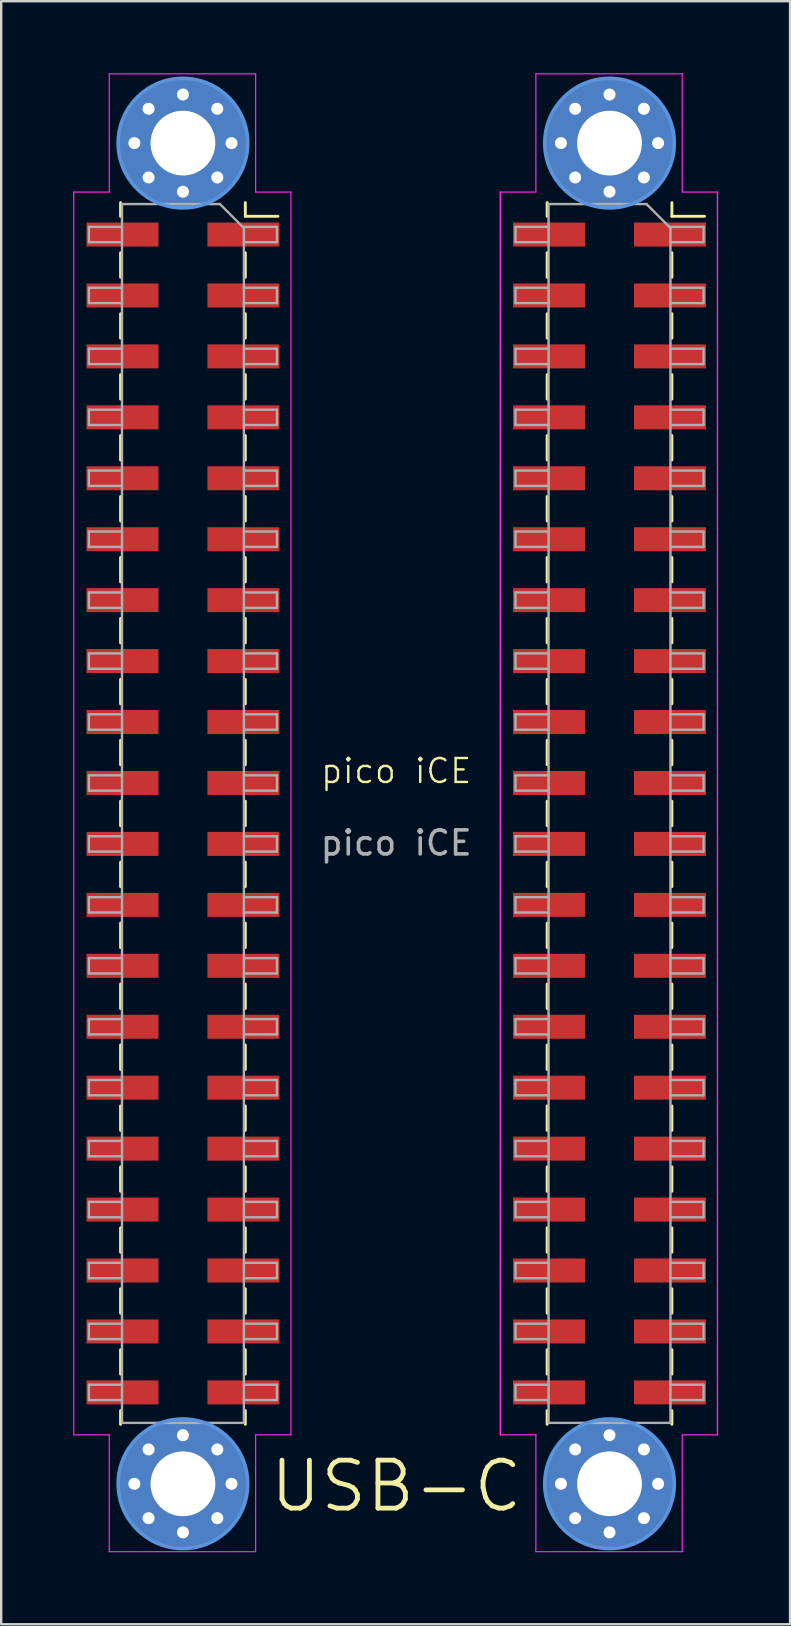
<source format=kicad_pcb>
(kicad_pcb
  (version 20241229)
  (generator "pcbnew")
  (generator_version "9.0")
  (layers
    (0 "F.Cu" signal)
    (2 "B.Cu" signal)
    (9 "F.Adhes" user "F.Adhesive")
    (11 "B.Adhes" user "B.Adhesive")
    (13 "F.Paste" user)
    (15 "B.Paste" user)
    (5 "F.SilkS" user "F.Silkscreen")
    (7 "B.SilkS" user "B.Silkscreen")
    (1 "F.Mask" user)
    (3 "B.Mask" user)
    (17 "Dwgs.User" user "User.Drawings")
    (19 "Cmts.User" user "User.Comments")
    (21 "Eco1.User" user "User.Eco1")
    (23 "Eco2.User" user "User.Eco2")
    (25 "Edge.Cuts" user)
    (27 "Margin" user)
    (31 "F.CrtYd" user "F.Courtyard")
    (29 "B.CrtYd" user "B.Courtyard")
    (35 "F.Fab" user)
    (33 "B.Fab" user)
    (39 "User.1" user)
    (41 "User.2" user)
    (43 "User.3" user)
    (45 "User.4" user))
  (footprint "pico iCE"
    (layer "F.Cu")
    (at 13.465 29.585)
    (property "Reference" "pico iCE" (at 0 -0.5 0) (unlocked yes) (layer "F.SilkS") (effects (font (size 1 1) (thickness 0.1))))
    (attr through_hole)
    (fp_line (start -11.49 -24.19) (end -11.49 -23.62) (stroke (width 0.12) (type solid)) (layer "F.SilkS"))
    (fp_line (start -11.49 -22.1) (end -11.49 -21.08) (stroke (width 0.12) (type solid)) (layer "F.SilkS"))
    (fp_line (start -11.49 -19.56) (end -11.49 -18.54) (stroke (width 0.12) (type solid)) (layer "F.SilkS"))
    (fp_line (start -11.49 -17.02) (end -11.49 -16) (stroke (width 0.12) (type solid)) (layer "F.SilkS"))
    (fp_line (start -11.49 -14.48) (end -11.49 -13.46) (stroke (width 0.12) (type solid)) (layer "F.SilkS"))
    (fp_line (start -11.49 -11.94) (end -11.49 -10.92) (stroke (width 0.12) (type solid)) (layer "F.SilkS"))
    (fp_line (start -11.49 -9.4) (end -11.49 -8.38) (stroke (width 0.12) (type solid)) (layer "F.SilkS"))
    (fp_line (start -11.49 -6.86) (end -11.49 -5.84) (stroke (width 0.12) (type solid)) (layer "F.SilkS"))
    (fp_line (start -11.49 -4.32) (end -11.49 -3.3) (stroke (width 0.12) (type solid)) (layer "F.SilkS"))
    (fp_line (start -11.49 -1.78) (end -11.49 -0.76) (stroke (width 0.12) (type solid)) (layer "F.SilkS"))
    (fp_line (start -11.49 0.76) (end -11.49 1.78) (stroke (width 0.12) (type solid)) (layer "F.SilkS"))
    (fp_line (start -11.49 3.3) (end -11.49 4.32) (stroke (width 0.12) (type solid)) (layer "F.SilkS"))
    (fp_line (start -11.49 5.84) (end -11.49 6.86) (stroke (width 0.12) (type solid)) (layer "F.SilkS"))
    (fp_line (start -11.49 8.38) (end -11.49 9.4) (stroke (width 0.12) (type solid)) (layer "F.SilkS"))
    (fp_line (start -11.49 10.92) (end -11.49 11.94) (stroke (width 0.12) (type solid)) (layer "F.SilkS"))
    (fp_line (start -11.49 13.46) (end -11.49 14.48) (stroke (width 0.12) (type solid)) (layer "F.SilkS"))
    (fp_line (start -11.49 16) (end -11.49 17.02) (stroke (width 0.12) (type solid)) (layer "F.SilkS"))
    (fp_line (start -11.49 18.54) (end -11.49 19.56) (stroke (width 0.12) (type solid)) (layer "F.SilkS"))
    (fp_line (start -11.49 21.08) (end -11.49 22.1) (stroke (width 0.12) (type solid)) (layer "F.SilkS"))
    (fp_line (start -11.49 23.62) (end -11.49 24.64) (stroke (width 0.12) (type solid)) (layer "F.SilkS"))
    (fp_line (start -11.49 26.16) (end -11.49 26.73) (stroke (width 0.12) (type solid)) (layer "F.SilkS"))
    (fp_line (start -6.29 -24.19) (end -6.29 -23.62) (stroke (width 0.12) (type solid)) (layer "F.SilkS"))
    (fp_line (start -6.29 -23.62) (end -4.93 -23.62) (stroke (width 0.12) (type solid)) (layer "F.SilkS"))
    (fp_line (start -6.29 -22.1) (end -6.29 -21.08) (stroke (width 0.12) (type solid)) (layer "F.SilkS"))
    (fp_line (start -6.29 -19.56) (end -6.29 -18.54) (stroke (width 0.12) (type solid)) (layer "F.SilkS"))
    (fp_line (start -6.29 -17.02) (end -6.29 -16) (stroke (width 0.12) (type solid)) (layer "F.SilkS"))
    (fp_line (start -6.29 -14.48) (end -6.29 -13.46) (stroke (width 0.12) (type solid)) (layer "F.SilkS"))
    (fp_line (start -6.29 -11.94) (end -6.29 -10.92) (stroke (width 0.12) (type solid)) (layer "F.SilkS"))
    (fp_line (start -6.29 -9.4) (end -6.29 -8.38) (stroke (width 0.12) (type solid)) (layer "F.SilkS"))
    (fp_line (start -6.29 -6.86) (end -6.29 -5.84) (stroke (width 0.12) (type solid)) (layer "F.SilkS"))
    (fp_line (start -6.29 -4.32) (end -6.29 -3.3) (stroke (width 0.12) (type solid)) (layer "F.SilkS"))
    (fp_line (start -6.29 -1.78) (end -6.29 -0.76) (stroke (width 0.12) (type solid)) (layer "F.SilkS"))
    (fp_line (start -6.29 0.76) (end -6.29 1.78) (stroke (width 0.12) (type solid)) (layer "F.SilkS"))
    (fp_line (start -6.29 3.3) (end -6.29 4.32) (stroke (width 0.12) (type solid)) (layer "F.SilkS"))
    (fp_line (start -6.29 5.84) (end -6.29 6.86) (stroke (width 0.12) (type solid)) (layer "F.SilkS"))
    (fp_line (start -6.29 8.38) (end -6.29 9.4) (stroke (width 0.12) (type solid)) (layer "F.SilkS"))
    (fp_line (start -6.29 10.92) (end -6.29 11.94) (stroke (width 0.12) (type solid)) (layer "F.SilkS"))
    (fp_line (start -6.29 13.46) (end -6.29 14.48) (stroke (width 0.12) (type solid)) (layer "F.SilkS"))
    (fp_line (start -6.29 16) (end -6.29 17.02) (stroke (width 0.12) (type solid)) (layer "F.SilkS"))
    (fp_line (start -6.29 18.54) (end -6.29 19.56) (stroke (width 0.12) (type solid)) (layer "F.SilkS"))
    (fp_line (start -6.29 21.08) (end -6.29 22.1) (stroke (width 0.12) (type solid)) (layer "F.SilkS"))
    (fp_line (start -6.29 23.62) (end -6.29 24.64) (stroke (width 0.12) (type solid)) (layer "F.SilkS"))
    (fp_line (start -6.29 26.16) (end -6.29 26.73) (stroke (width 0.12) (type solid)) (layer "F.SilkS"))
    (fp_line (start 6.29 -24.19) (end 6.29 -23.62) (stroke (width 0.12) (type solid)) (layer "F.SilkS"))
    (fp_line (start 6.29 -22.1) (end 6.29 -21.08) (stroke (width 0.12) (type solid)) (layer "F.SilkS"))
    (fp_line (start 6.29 -19.56) (end 6.29 -18.54) (stroke (width 0.12) (type solid)) (layer "F.SilkS"))
    (fp_line (start 6.29 -17.02) (end 6.29 -16) (stroke (width 0.12) (type solid)) (layer "F.SilkS"))
    (fp_line (start 6.29 -14.48) (end 6.29 -13.46) (stroke (width 0.12) (type solid)) (layer "F.SilkS"))
    (fp_line (start 6.29 -11.94) (end 6.29 -10.92) (stroke (width 0.12) (type solid)) (layer "F.SilkS"))
    (fp_line (start 6.29 -9.4) (end 6.29 -8.38) (stroke (width 0.12) (type solid)) (layer "F.SilkS"))
    (fp_line (start 6.29 -6.86) (end 6.29 -5.84) (stroke (width 0.12) (type solid)) (layer "F.SilkS"))
    (fp_line (start 6.29 -4.32) (end 6.29 -3.3) (stroke (width 0.12) (type solid)) (layer "F.SilkS"))
    (fp_line (start 6.29 -1.78) (end 6.29 -0.76) (stroke (width 0.12) (type solid)) (layer "F.SilkS"))
    (fp_line (start 6.29 0.76) (end 6.29 1.78) (stroke (width 0.12) (type solid)) (layer "F.SilkS"))
    (fp_line (start 6.29 3.3) (end 6.29 4.32) (stroke (width 0.12) (type solid)) (layer "F.SilkS"))
    (fp_line (start 6.29 5.84) (end 6.29 6.86) (stroke (width 0.12) (type solid)) (layer "F.SilkS"))
    (fp_line (start 6.29 8.38) (end 6.29 9.4) (stroke (width 0.12) (type solid)) (layer "F.SilkS"))
    (fp_line (start 6.29 10.92) (end 6.29 11.94) (stroke (width 0.12) (type solid)) (layer "F.SilkS"))
    (fp_line (start 6.29 13.46) (end 6.29 14.48) (stroke (width 0.12) (type solid)) (layer "F.SilkS"))
    (fp_line (start 6.29 16) (end 6.29 17.02) (stroke (width 0.12) (type solid)) (layer "F.SilkS"))
    (fp_line (start 6.29 18.54) (end 6.29 19.56) (stroke (width 0.12) (type solid)) (layer "F.SilkS"))
    (fp_line (start 6.29 21.08) (end 6.29 22.1) (stroke (width 0.12) (type solid)) (layer "F.SilkS"))
    (fp_line (start 6.29 23.62) (end 6.29 24.64) (stroke (width 0.12) (type solid)) (layer "F.SilkS"))
    (fp_line (start 6.29 26.16) (end 6.29 26.73) (stroke (width 0.12) (type solid)) (layer "F.SilkS"))
    (fp_line (start 11.49 -24.19) (end 11.49 -23.62) (stroke (width 0.12) (type solid)) (layer "F.SilkS"))
    (fp_line (start 11.49 -23.62) (end 12.85 -23.62) (stroke (width 0.12) (type solid)) (layer "F.SilkS"))
    (fp_line (start 11.49 -22.1) (end 11.49 -21.08) (stroke (width 0.12) (type solid)) (layer "F.SilkS"))
    (fp_line (start 11.49 -19.56) (end 11.49 -18.54) (stroke (width 0.12) (type solid)) (layer "F.SilkS"))
    (fp_line (start 11.49 -17.02) (end 11.49 -16) (stroke (width 0.12) (type solid)) (layer "F.SilkS"))
    (fp_line (start 11.49 -14.48) (end 11.49 -13.46) (stroke (width 0.12) (type solid)) (layer "F.SilkS"))
    (fp_line (start 11.49 -11.94) (end 11.49 -10.92) (stroke (width 0.12) (type solid)) (layer "F.SilkS"))
    (fp_line (start 11.49 -9.4) (end 11.49 -8.38) (stroke (width 0.12) (type solid)) (layer "F.SilkS"))
    (fp_line (start 11.49 -6.86) (end 11.49 -5.84) (stroke (width 0.12) (type solid)) (layer "F.SilkS"))
    (fp_line (start 11.49 -4.32) (end 11.49 -3.3) (stroke (width 0.12) (type solid)) (layer "F.SilkS"))
    (fp_line (start 11.49 -1.78) (end 11.49 -0.76) (stroke (width 0.12) (type solid)) (layer "F.SilkS"))
    (fp_line (start 11.49 0.76) (end 11.49 1.78) (stroke (width 0.12) (type solid)) (layer "F.SilkS"))
    (fp_line (start 11.49 3.3) (end 11.49 4.32) (stroke (width 0.12) (type solid)) (layer "F.SilkS"))
    (fp_line (start 11.49 5.84) (end 11.49 6.86) (stroke (width 0.12) (type solid)) (layer "F.SilkS"))
    (fp_line (start 11.49 8.38) (end 11.49 9.4) (stroke (width 0.12) (type solid)) (layer "F.SilkS"))
    (fp_line (start 11.49 10.92) (end 11.49 11.94) (stroke (width 0.12) (type solid)) (layer "F.SilkS"))
    (fp_line (start 11.49 13.46) (end 11.49 14.48) (stroke (width 0.12) (type solid)) (layer "F.SilkS"))
    (fp_line (start 11.49 16) (end 11.49 17.02) (stroke (width 0.12) (type solid)) (layer "F.SilkS"))
    (fp_line (start 11.49 18.54) (end 11.49 19.56) (stroke (width 0.12) (type solid)) (layer "F.SilkS"))
    (fp_line (start 11.49 21.08) (end 11.49 22.1) (stroke (width 0.12) (type solid)) (layer "F.SilkS"))
    (fp_line (start 11.49 23.62) (end 11.49 24.64) (stroke (width 0.12) (type solid)) (layer "F.SilkS"))
    (fp_line (start 11.49 26.16) (end 11.49 26.73) (stroke (width 0.12) (type solid)) (layer "F.SilkS"))
    (fp_circle (center -8.89 -26.67) (end -6.19 -26.67) (stroke (width 0.15) (type solid)) (fill no) (layer "Cmts.User"))
    (fp_circle (center -8.89 29.21) (end -6.19 29.21) (stroke (width 0.15) (type solid)) (fill no) (layer "Cmts.User"))
    (fp_circle (center 8.89 -26.67) (end 11.59 -26.67) (stroke (width 0.15) (type solid)) (fill no) (layer "Cmts.User"))
    (fp_circle (center 8.89 29.21) (end 11.59 29.21) (stroke (width 0.15) (type solid)) (fill no) (layer "Cmts.User"))
    (fp_line (start -13.44 -24.63) (end -11.96 -24.63) (stroke (width 0.05) (type solid)) (layer "F.CrtYd"))
    (fp_line (start -13.44 27.17) (end -13.44 -24.63) (stroke (width 0.05) (type solid)) (layer "F.CrtYd"))
    (fp_line (start -13.44 27.17) (end -11.96 27.17) (stroke (width 0.05) (type default)) (layer "F.CrtYd"))
    (fp_line (start -11.96 -29.56) (end -5.86 -29.56) (stroke (width 0.05) (type default)) (layer "F.CrtYd"))
    (fp_line (start -11.96 -24.63) (end -11.96 -29.56) (stroke (width 0.05) (type default)) (layer "F.CrtYd"))
    (fp_line (start -11.96 27.17) (end -11.96 32.04) (stroke (width 0.05) (type default)) (layer "F.CrtYd"))
    (fp_line (start -11.96 32.04) (end -5.86 32.04) (stroke (width 0.05) (type default)) (layer "F.CrtYd"))
    (fp_line (start -5.86 -24.63) (end -5.86 -29.56) (stroke (width 0.05) (type default)) (layer "F.CrtYd"))
    (fp_line (start -5.86 32.04) (end -5.86 27.17) (stroke (width 0.05) (type default)) (layer "F.CrtYd"))
    (fp_line (start -4.39 -24.63) (end -5.86 -24.63) (stroke (width 0.05) (type default)) (layer "F.CrtYd"))
    (fp_line (start -4.39 -24.63) (end -4.39 27.17) (stroke (width 0.05) (type solid)) (layer "F.CrtYd"))
    (fp_line (start -4.39 27.17) (end -5.86 27.17) (stroke (width 0.05) (type default)) (layer "F.CrtYd"))
    (fp_line (start 4.34 -24.63) (end 5.82 -24.63) (stroke (width 0.05) (type solid)) (layer "F.CrtYd"))
    (fp_line (start 4.34 27.17) (end 4.34 -24.63) (stroke (width 0.05) (type solid)) (layer "F.CrtYd"))
    (fp_line (start 4.34 27.17) (end 4.34 -24.63) (stroke (width 0.05) (type solid)) (layer "F.CrtYd"))
    (fp_line (start 4.34 27.17) (end 5.82 27.17) (stroke (width 0.05) (type default)) (layer "F.CrtYd"))
    (fp_line (start 5.82 -29.56) (end 11.92 -29.56) (stroke (width 0.05) (type default)) (layer "F.CrtYd"))
    (fp_line (start 5.82 -24.63) (end 5.82 -29.56) (stroke (width 0.05) (type default)) (layer "F.CrtYd"))
    (fp_line (start 5.82 27.17) (end 5.82 32.04) (stroke (width 0.05) (type default)) (layer "F.CrtYd"))
    (fp_line (start 5.82 32.04) (end 11.92 32.04) (stroke (width 0.05) (type default)) (layer "F.CrtYd"))
    (fp_line (start 11.92 -24.63) (end 11.92 -29.56) (stroke (width 0.05) (type default)) (layer "F.CrtYd"))
    (fp_line (start 11.92 32.04) (end 11.92 27.17) (stroke (width 0.05) (type default)) (layer "F.CrtYd"))
    (fp_line (start 13.39 -24.63) (end 11.92 -24.63) (stroke (width 0.05) (type default)) (layer "F.CrtYd"))
    (fp_line (start 13.39 -24.63) (end 13.39 27.17) (stroke (width 0.05) (type solid)) (layer "F.CrtYd"))
    (fp_line (start 13.39 -24.63) (end 13.39 27.17) (stroke (width 0.05) (type solid)) (layer "F.CrtYd"))
    (fp_line (start 13.39 27.17) (end 11.92 27.17) (stroke (width 0.05) (type default)) (layer "F.CrtYd"))
    (fp_line (start -12.81 -23.18) (end -11.43 -23.18) (stroke (width 0.1) (type solid)) (layer "F.Fab"))
    (fp_line (start -12.81 -22.54) (end -12.81 -23.18) (stroke (width 0.1) (type solid)) (layer "F.Fab"))
    (fp_line (start -12.81 -20.64) (end -11.43 -20.64) (stroke (width 0.1) (type solid)) (layer "F.Fab"))
    (fp_line (start -12.81 -20) (end -12.81 -20.64) (stroke (width 0.1) (type solid)) (layer "F.Fab"))
    (fp_line (start -12.81 -18.1) (end -11.43 -18.1) (stroke (width 0.1) (type solid)) (layer "F.Fab"))
    (fp_line (start -12.81 -17.46) (end -12.81 -18.1) (stroke (width 0.1) (type solid)) (layer "F.Fab"))
    (fp_line (start -12.81 -15.56) (end -11.43 -15.56) (stroke (width 0.1) (type solid)) (layer "F.Fab"))
    (fp_line (start -12.81 -14.92) (end -12.81 -15.56) (stroke (width 0.1) (type solid)) (layer "F.Fab"))
    (fp_line (start -12.81 -13.02) (end -11.43 -13.02) (stroke (width 0.1) (type solid)) (layer "F.Fab"))
    (fp_line (start -12.81 -12.38) (end -12.81 -13.02) (stroke (width 0.1) (type solid)) (layer "F.Fab"))
    (fp_line (start -12.81 -10.48) (end -11.43 -10.48) (stroke (width 0.1) (type solid)) (layer "F.Fab"))
    (fp_line (start -12.81 -9.84) (end -12.81 -10.48) (stroke (width 0.1) (type solid)) (layer "F.Fab"))
    (fp_line (start -12.81 -7.94) (end -11.43 -7.94) (stroke (width 0.1) (type solid)) (layer "F.Fab"))
    (fp_line (start -12.81 -7.3) (end -12.81 -7.94) (stroke (width 0.1) (type solid)) (layer "F.Fab"))
    (fp_line (start -12.81 -5.4) (end -11.43 -5.4) (stroke (width 0.1) (type solid)) (layer "F.Fab"))
    (fp_line (start -12.81 -4.76) (end -12.81 -5.4) (stroke (width 0.1) (type solid)) (layer "F.Fab"))
    (fp_line (start -12.81 -2.86) (end -11.43 -2.86) (stroke (width 0.1) (type solid)) (layer "F.Fab"))
    (fp_line (start -12.81 -2.22) (end -12.81 -2.86) (stroke (width 0.1) (type solid)) (layer "F.Fab"))
    (fp_line (start -12.81 -0.32) (end -11.43 -0.32) (stroke (width 0.1) (type solid)) (layer "F.Fab"))
    (fp_line (start -12.81 0.32) (end -12.81 -0.32) (stroke (width 0.1) (type solid)) (layer "F.Fab"))
    (fp_line (start -12.81 2.22) (end -11.43 2.22) (stroke (width 0.1) (type solid)) (layer "F.Fab"))
    (fp_line (start -12.81 2.86) (end -12.81 2.22) (stroke (width 0.1) (type solid)) (layer "F.Fab"))
    (fp_line (start -12.81 4.76) (end -11.43 4.76) (stroke (width 0.1) (type solid)) (layer "F.Fab"))
    (fp_line (start -12.81 5.4) (end -12.81 4.76) (stroke (width 0.1) (type solid)) (layer "F.Fab"))
    (fp_line (start -12.81 7.3) (end -11.43 7.3) (stroke (width 0.1) (type solid)) (layer "F.Fab"))
    (fp_line (start -12.81 7.94) (end -12.81 7.3) (stroke (width 0.1) (type solid)) (layer "F.Fab"))
    (fp_line (start -12.81 9.84) (end -11.43 9.84) (stroke (width 0.1) (type solid)) (layer "F.Fab"))
    (fp_line (start -12.81 10.48) (end -12.81 9.84) (stroke (width 0.1) (type solid)) (layer "F.Fab"))
    (fp_line (start -12.81 12.38) (end -11.43 12.38) (stroke (width 0.1) (type solid)) (layer "F.Fab"))
    (fp_line (start -12.81 13.02) (end -12.81 12.38) (stroke (width 0.1) (type solid)) (layer "F.Fab"))
    (fp_line (start -12.81 14.92) (end -11.43 14.92) (stroke (width 0.1) (type solid)) (layer "F.Fab"))
    (fp_line (start -12.81 15.56) (end -12.81 14.92) (stroke (width 0.1) (type solid)) (layer "F.Fab"))
    (fp_line (start -12.81 17.46) (end -11.43 17.46) (stroke (width 0.1) (type solid)) (layer "F.Fab"))
    (fp_line (start -12.81 18.1) (end -12.81 17.46) (stroke (width 0.1) (type solid)) (layer "F.Fab"))
    (fp_line (start -12.81 20) (end -11.43 20) (stroke (width 0.1) (type solid)) (layer "F.Fab"))
    (fp_line (start -12.81 20.64) (end -12.81 20) (stroke (width 0.1) (type solid)) (layer "F.Fab"))
    (fp_line (start -12.81 22.54) (end -11.43 22.54) (stroke (width 0.1) (type solid)) (layer "F.Fab"))
    (fp_line (start -12.81 23.18) (end -12.81 22.54) (stroke (width 0.1) (type solid)) (layer "F.Fab"))
    (fp_line (start -12.81 25.08) (end -11.43 25.08) (stroke (width 0.1) (type solid)) (layer "F.Fab"))
    (fp_line (start -12.81 25.72) (end -12.81 25.08) (stroke (width 0.1) (type solid)) (layer "F.Fab"))
    (fp_line (start -11.43 -24.13) (end -7.35 -24.13) (stroke (width 0.1) (type solid)) (layer "F.Fab"))
    (fp_line (start -11.43 -22.54) (end -12.81 -22.54) (stroke (width 0.1) (type solid)) (layer "F.Fab"))
    (fp_line (start -11.43 -20) (end -12.81 -20) (stroke (width 0.1) (type solid)) (layer "F.Fab"))
    (fp_line (start -11.43 -17.46) (end -12.81 -17.46) (stroke (width 0.1) (type solid)) (layer "F.Fab"))
    (fp_line (start -11.43 -14.92) (end -12.81 -14.92) (stroke (width 0.1) (type solid)) (layer "F.Fab"))
    (fp_line (start -11.43 -12.38) (end -12.81 -12.38) (stroke (width 0.1) (type solid)) (layer "F.Fab"))
    (fp_line (start -11.43 -9.84) (end -12.81 -9.84) (stroke (width 0.1) (type solid)) (layer "F.Fab"))
    (fp_line (start -11.43 -7.3) (end -12.81 -7.3) (stroke (width 0.1) (type solid)) (layer "F.Fab"))
    (fp_line (start -11.43 -4.76) (end -12.81 -4.76) (stroke (width 0.1) (type solid)) (layer "F.Fab"))
    (fp_line (start -11.43 -2.22) (end -12.81 -2.22) (stroke (width 0.1) (type solid)) (layer "F.Fab"))
    (fp_line (start -11.43 0.32) (end -12.81 0.32) (stroke (width 0.1) (type solid)) (layer "F.Fab"))
    (fp_line (start -11.43 2.86) (end -12.81 2.86) (stroke (width 0.1) (type solid)) (layer "F.Fab"))
    (fp_line (start -11.43 5.4) (end -12.81 5.4) (stroke (width 0.1) (type solid)) (layer "F.Fab"))
    (fp_line (start -11.43 7.94) (end -12.81 7.94) (stroke (width 0.1) (type solid)) (layer "F.Fab"))
    (fp_line (start -11.43 10.48) (end -12.81 10.48) (stroke (width 0.1) (type solid)) (layer "F.Fab"))
    (fp_line (start -11.43 13.02) (end -12.81 13.02) (stroke (width 0.1) (type solid)) (layer "F.Fab"))
    (fp_line (start -11.43 15.56) (end -12.81 15.56) (stroke (width 0.1) (type solid)) (layer "F.Fab"))
    (fp_line (start -11.43 18.1) (end -12.81 18.1) (stroke (width 0.1) (type solid)) (layer "F.Fab"))
    (fp_line (start -11.43 20.64) (end -12.81 20.64) (stroke (width 0.1) (type solid)) (layer "F.Fab"))
    (fp_line (start -11.43 23.18) (end -12.81 23.18) (stroke (width 0.1) (type solid)) (layer "F.Fab"))
    (fp_line (start -11.43 25.72) (end -12.81 25.72) (stroke (width 0.1) (type solid)) (layer "F.Fab"))
    (fp_line (start -11.43 26.67) (end -11.43 -24.13) (stroke (width 0.1) (type solid)) (layer "F.Fab"))
    (fp_line (start -7.35 -24.13) (end -6.35 -23.13) (stroke (width 0.1) (type solid)) (layer "F.Fab"))
    (fp_line (start -6.35 -23.18) (end -4.97 -23.18) (stroke (width 0.1) (type solid)) (layer "F.Fab"))
    (fp_line (start -6.35 -23.13) (end -6.35 26.67) (stroke (width 0.1) (type solid)) (layer "F.Fab"))
    (fp_line (start -6.35 -20.64) (end -4.97 -20.64) (stroke (width 0.1) (type solid)) (layer "F.Fab"))
    (fp_line (start -6.35 -18.1) (end -4.97 -18.1) (stroke (width 0.1) (type solid)) (layer "F.Fab"))
    (fp_line (start -6.35 -15.56) (end -4.97 -15.56) (stroke (width 0.1) (type solid)) (layer "F.Fab"))
    (fp_line (start -6.35 -13.02) (end -4.97 -13.02) (stroke (width 0.1) (type solid)) (layer "F.Fab"))
    (fp_line (start -6.35 -10.48) (end -4.97 -10.48) (stroke (width 0.1) (type solid)) (layer "F.Fab"))
    (fp_line (start -6.35 -7.94) (end -4.97 -7.94) (stroke (width 0.1) (type solid)) (layer "F.Fab"))
    (fp_line (start -6.35 -5.4) (end -4.97 -5.4) (stroke (width 0.1) (type solid)) (layer "F.Fab"))
    (fp_line (start -6.35 -2.86) (end -4.97 -2.86) (stroke (width 0.1) (type solid)) (layer "F.Fab"))
    (fp_line (start -6.35 -0.32) (end -4.97 -0.32) (stroke (width 0.1) (type solid)) (layer "F.Fab"))
    (fp_line (start -6.35 2.22) (end -4.97 2.22) (stroke (width 0.1) (type solid)) (layer "F.Fab"))
    (fp_line (start -6.35 4.76) (end -4.97 4.76) (stroke (width 0.1) (type solid)) (layer "F.Fab"))
    (fp_line (start -6.35 7.3) (end -4.97 7.3) (stroke (width 0.1) (type solid)) (layer "F.Fab"))
    (fp_line (start -6.35 9.84) (end -4.97 9.84) (stroke (width 0.1) (type solid)) (layer "F.Fab"))
    (fp_line (start -6.35 12.38) (end -4.97 12.38) (stroke (width 0.1) (type solid)) (layer "F.Fab"))
    (fp_line (start -6.35 14.92) (end -4.97 14.92) (stroke (width 0.1) (type solid)) (layer "F.Fab"))
    (fp_line (start -6.35 17.46) (end -4.97 17.46) (stroke (width 0.1) (type solid)) (layer "F.Fab"))
    (fp_line (start -6.35 20) (end -4.97 20) (stroke (width 0.1) (type solid)) (layer "F.Fab"))
    (fp_line (start -6.35 22.54) (end -4.97 22.54) (stroke (width 0.1) (type solid)) (layer "F.Fab"))
    (fp_line (start -6.35 25.08) (end -4.97 25.08) (stroke (width 0.1) (type solid)) (layer "F.Fab"))
    (fp_line (start -6.35 26.67) (end -11.43 26.67) (stroke (width 0.1) (type solid)) (layer "F.Fab"))
    (fp_line (start -4.97 -23.18) (end -4.97 -22.54) (stroke (width 0.1) (type solid)) (layer "F.Fab"))
    (fp_line (start -4.97 -22.54) (end -6.35 -22.54) (stroke (width 0.1) (type solid)) (layer "F.Fab"))
    (fp_line (start -4.97 -20.64) (end -4.97 -20) (stroke (width 0.1) (type solid)) (layer "F.Fab"))
    (fp_line (start -4.97 -20) (end -6.35 -20) (stroke (width 0.1) (type solid)) (layer "F.Fab"))
    (fp_line (start -4.97 -18.1) (end -4.97 -17.46) (stroke (width 0.1) (type solid)) (layer "F.Fab"))
    (fp_line (start -4.97 -17.46) (end -6.35 -17.46) (stroke (width 0.1) (type solid)) (layer "F.Fab"))
    (fp_line (start -4.97 -15.56) (end -4.97 -14.92) (stroke (width 0.1) (type solid)) (layer "F.Fab"))
    (fp_line (start -4.97 -14.92) (end -6.35 -14.92) (stroke (width 0.1) (type solid)) (layer "F.Fab"))
    (fp_line (start -4.97 -13.02) (end -4.97 -12.38) (stroke (width 0.1) (type solid)) (layer "F.Fab"))
    (fp_line (start -4.97 -12.38) (end -6.35 -12.38) (stroke (width 0.1) (type solid)) (layer "F.Fab"))
    (fp_line (start -4.97 -10.48) (end -4.97 -9.84) (stroke (width 0.1) (type solid)) (layer "F.Fab"))
    (fp_line (start -4.97 -9.84) (end -6.35 -9.84) (stroke (width 0.1) (type solid)) (layer "F.Fab"))
    (fp_line (start -4.97 -7.94) (end -4.97 -7.3) (stroke (width 0.1) (type solid)) (layer "F.Fab"))
    (fp_line (start -4.97 -7.3) (end -6.35 -7.3) (stroke (width 0.1) (type solid)) (layer "F.Fab"))
    (fp_line (start -4.97 -5.4) (end -4.97 -4.76) (stroke (width 0.1) (type solid)) (layer "F.Fab"))
    (fp_line (start -4.97 -4.76) (end -6.35 -4.76) (stroke (width 0.1) (type solid)) (layer "F.Fab"))
    (fp_line (start -4.97 -2.86) (end -4.97 -2.22) (stroke (width 0.1) (type solid)) (layer "F.Fab"))
    (fp_line (start -4.97 -2.22) (end -6.35 -2.22) (stroke (width 0.1) (type solid)) (layer "F.Fab"))
    (fp_line (start -4.97 -0.32) (end -4.97 0.32) (stroke (width 0.1) (type solid)) (layer "F.Fab"))
    (fp_line (start -4.97 0.32) (end -6.35 0.32) (stroke (width 0.1) (type solid)) (layer "F.Fab"))
    (fp_line (start -4.97 2.22) (end -4.97 2.86) (stroke (width 0.1) (type solid)) (layer "F.Fab"))
    (fp_line (start -4.97 2.86) (end -6.35 2.86) (stroke (width 0.1) (type solid)) (layer "F.Fab"))
    (fp_line (start -4.97 4.76) (end -4.97 5.4) (stroke (width 0.1) (type solid)) (layer "F.Fab"))
    (fp_line (start -4.97 5.4) (end -6.35 5.4) (stroke (width 0.1) (type solid)) (layer "F.Fab"))
    (fp_line (start -4.97 7.3) (end -4.97 7.94) (stroke (width 0.1) (type solid)) (layer "F.Fab"))
    (fp_line (start -4.97 7.94) (end -6.35 7.94) (stroke (width 0.1) (type solid)) (layer "F.Fab"))
    (fp_line (start -4.97 9.84) (end -4.97 10.48) (stroke (width 0.1) (type solid)) (layer "F.Fab"))
    (fp_line (start -4.97 10.48) (end -6.35 10.48) (stroke (width 0.1) (type solid)) (layer "F.Fab"))
    (fp_line (start -4.97 12.38) (end -4.97 13.02) (stroke (width 0.1) (type solid)) (layer "F.Fab"))
    (fp_line (start -4.97 13.02) (end -6.35 13.02) (stroke (width 0.1) (type solid)) (layer "F.Fab"))
    (fp_line (start -4.97 14.92) (end -4.97 15.56) (stroke (width 0.1) (type solid)) (layer "F.Fab"))
    (fp_line (start -4.97 15.56) (end -6.35 15.56) (stroke (width 0.1) (type solid)) (layer "F.Fab"))
    (fp_line (start -4.97 17.46) (end -4.97 18.1) (stroke (width 0.1) (type solid)) (layer "F.Fab"))
    (fp_line (start -4.97 18.1) (end -6.35 18.1) (stroke (width 0.1) (type solid)) (layer "F.Fab"))
    (fp_line (start -4.97 20) (end -4.97 20.64) (stroke (width 0.1) (type solid)) (layer "F.Fab"))
    (fp_line (start -4.97 20.64) (end -6.35 20.64) (stroke (width 0.1) (type solid)) (layer "F.Fab"))
    (fp_line (start -4.97 22.54) (end -4.97 23.18) (stroke (width 0.1) (type solid)) (layer "F.Fab"))
    (fp_line (start -4.97 23.18) (end -6.35 23.18) (stroke (width 0.1) (type solid)) (layer "F.Fab"))
    (fp_line (start -4.97 25.08) (end -4.97 25.72) (stroke (width 0.1) (type solid)) (layer "F.Fab"))
    (fp_line (start -4.97 25.72) (end -6.35 25.72) (stroke (width 0.1) (type solid)) (layer "F.Fab"))
    (fp_line (start 4.97 -23.18) (end 6.35 -23.18) (stroke (width 0.1) (type solid)) (layer "F.Fab"))
    (fp_line (start 4.97 -22.54) (end 4.97 -23.18) (stroke (width 0.1) (type solid)) (layer "F.Fab"))
    (fp_line (start 4.97 -20.64) (end 6.35 -20.64) (stroke (width 0.1) (type solid)) (layer "F.Fab"))
    (fp_line (start 4.97 -20) (end 4.97 -20.64) (stroke (width 0.1) (type solid)) (layer "F.Fab"))
    (fp_line (start 4.97 -18.1) (end 6.35 -18.1) (stroke (width 0.1) (type solid)) (layer "F.Fab"))
    (fp_line (start 4.97 -17.46) (end 4.97 -18.1) (stroke (width 0.1) (type solid)) (layer "F.Fab"))
    (fp_line (start 4.97 -15.56) (end 6.35 -15.56) (stroke (width 0.1) (type solid)) (layer "F.Fab"))
    (fp_line (start 4.97 -14.92) (end 4.97 -15.56) (stroke (width 0.1) (type solid)) (layer "F.Fab"))
    (fp_line (start 4.97 -13.02) (end 6.35 -13.02) (stroke (width 0.1) (type solid)) (layer "F.Fab"))
    (fp_line (start 4.97 -12.38) (end 4.97 -13.02) (stroke (width 0.1) (type solid)) (layer "F.Fab"))
    (fp_line (start 4.97 -10.48) (end 6.35 -10.48) (stroke (width 0.1) (type solid)) (layer "F.Fab"))
    (fp_line (start 4.97 -9.84) (end 4.97 -10.48) (stroke (width 0.1) (type solid)) (layer "F.Fab"))
    (fp_line (start 4.97 -7.94) (end 6.35 -7.94) (stroke (width 0.1) (type solid)) (layer "F.Fab"))
    (fp_line (start 4.97 -7.3) (end 4.97 -7.94) (stroke (width 0.1) (type solid)) (layer "F.Fab"))
    (fp_line (start 4.97 -5.4) (end 6.35 -5.4) (stroke (width 0.1) (type solid)) (layer "F.Fab"))
    (fp_line (start 4.97 -4.76) (end 4.97 -5.4) (stroke (width 0.1) (type solid)) (layer "F.Fab"))
    (fp_line (start 4.97 -2.86) (end 6.35 -2.86) (stroke (width 0.1) (type solid)) (layer "F.Fab"))
    (fp_line (start 4.97 -2.22) (end 4.97 -2.86) (stroke (width 0.1) (type solid)) (layer "F.Fab"))
    (fp_line (start 4.97 -0.32) (end 6.35 -0.32) (stroke (width 0.1) (type solid)) (layer "F.Fab"))
    (fp_line (start 4.97 0.32) (end 4.97 -0.32) (stroke (width 0.1) (type solid)) (layer "F.Fab"))
    (fp_line (start 4.97 2.22) (end 6.35 2.22) (stroke (width 0.1) (type solid)) (layer "F.Fab"))
    (fp_line (start 4.97 2.86) (end 4.97 2.22) (stroke (width 0.1) (type solid)) (layer "F.Fab"))
    (fp_line (start 4.97 4.76) (end 6.35 4.76) (stroke (width 0.1) (type solid)) (layer "F.Fab"))
    (fp_line (start 4.97 5.4) (end 4.97 4.76) (stroke (width 0.1) (type solid)) (layer "F.Fab"))
    (fp_line (start 4.97 7.3) (end 6.35 7.3) (stroke (width 0.1) (type solid)) (layer "F.Fab"))
    (fp_line (start 4.97 7.94) (end 4.97 7.3) (stroke (width 0.1) (type solid)) (layer "F.Fab"))
    (fp_line (start 4.97 9.84) (end 6.35 9.84) (stroke (width 0.1) (type solid)) (layer "F.Fab"))
    (fp_line (start 4.97 10.48) (end 4.97 9.84) (stroke (width 0.1) (type solid)) (layer "F.Fab"))
    (fp_line (start 4.97 12.38) (end 6.35 12.38) (stroke (width 0.1) (type solid)) (layer "F.Fab"))
    (fp_line (start 4.97 13.02) (end 4.97 12.38) (stroke (width 0.1) (type solid)) (layer "F.Fab"))
    (fp_line (start 4.97 14.92) (end 6.35 14.92) (stroke (width 0.1) (type solid)) (layer "F.Fab"))
    (fp_line (start 4.97 15.56) (end 4.97 14.92) (stroke (width 0.1) (type solid)) (layer "F.Fab"))
    (fp_line (start 4.97 17.46) (end 6.35 17.46) (stroke (width 0.1) (type solid)) (layer "F.Fab"))
    (fp_line (start 4.97 18.1) (end 4.97 17.46) (stroke (width 0.1) (type solid)) (layer "F.Fab"))
    (fp_line (start 4.97 20) (end 6.35 20) (stroke (width 0.1) (type solid)) (layer "F.Fab"))
    (fp_line (start 4.97 20.64) (end 4.97 20) (stroke (width 0.1) (type solid)) (layer "F.Fab"))
    (fp_line (start 4.97 22.54) (end 6.35 22.54) (stroke (width 0.1) (type solid)) (layer "F.Fab"))
    (fp_line (start 4.97 23.18) (end 4.97 22.54) (stroke (width 0.1) (type solid)) (layer "F.Fab"))
    (fp_line (start 4.97 25.08) (end 6.35 25.08) (stroke (width 0.1) (type solid)) (layer "F.Fab"))
    (fp_line (start 4.97 25.72) (end 4.97 25.08) (stroke (width 0.1) (type solid)) (layer "F.Fab"))
    (fp_line (start 6.35 -24.13) (end 10.43 -24.13) (stroke (width 0.1) (type solid)) (layer "F.Fab"))
    (fp_line (start 6.35 -22.54) (end 4.97 -22.54) (stroke (width 0.1) (type solid)) (layer "F.Fab"))
    (fp_line (start 6.35 -20) (end 4.97 -20) (stroke (width 0.1) (type solid)) (layer "F.Fab"))
    (fp_line (start 6.35 -17.46) (end 4.97 -17.46) (stroke (width 0.1) (type solid)) (layer "F.Fab"))
    (fp_line (start 6.35 -14.92) (end 4.97 -14.92) (stroke (width 0.1) (type solid)) (layer "F.Fab"))
    (fp_line (start 6.35 -12.38) (end 4.97 -12.38) (stroke (width 0.1) (type solid)) (layer "F.Fab"))
    (fp_line (start 6.35 -9.84) (end 4.97 -9.84) (stroke (width 0.1) (type solid)) (layer "F.Fab"))
    (fp_line (start 6.35 -7.3) (end 4.97 -7.3) (stroke (width 0.1) (type solid)) (layer "F.Fab"))
    (fp_line (start 6.35 -4.76) (end 4.97 -4.76) (stroke (width 0.1) (type solid)) (layer "F.Fab"))
    (fp_line (start 6.35 -2.22) (end 4.97 -2.22) (stroke (width 0.1) (type solid)) (layer "F.Fab"))
    (fp_line (start 6.35 0.32) (end 4.97 0.32) (stroke (width 0.1) (type solid)) (layer "F.Fab"))
    (fp_line (start 6.35 2.86) (end 4.97 2.86) (stroke (width 0.1) (type solid)) (layer "F.Fab"))
    (fp_line (start 6.35 5.4) (end 4.97 5.4) (stroke (width 0.1) (type solid)) (layer "F.Fab"))
    (fp_line (start 6.35 7.94) (end 4.97 7.94) (stroke (width 0.1) (type solid)) (layer "F.Fab"))
    (fp_line (start 6.35 10.48) (end 4.97 10.48) (stroke (width 0.1) (type solid)) (layer "F.Fab"))
    (fp_line (start 6.35 13.02) (end 4.97 13.02) (stroke (width 0.1) (type solid)) (layer "F.Fab"))
    (fp_line (start 6.35 15.56) (end 4.97 15.56) (stroke (width 0.1) (type solid)) (layer "F.Fab"))
    (fp_line (start 6.35 18.1) (end 4.97 18.1) (stroke (width 0.1) (type solid)) (layer "F.Fab"))
    (fp_line (start 6.35 20.64) (end 4.97 20.64) (stroke (width 0.1) (type solid)) (layer "F.Fab"))
    (fp_line (start 6.35 23.18) (end 4.97 23.18) (stroke (width 0.1) (type solid)) (layer "F.Fab"))
    (fp_line (start 6.35 25.72) (end 4.97 25.72) (stroke (width 0.1) (type solid)) (layer "F.Fab"))
    (fp_line (start 6.35 26.67) (end 6.35 -24.13) (stroke (width 0.1) (type solid)) (layer "F.Fab"))
    (fp_line (start 10.43 -24.13) (end 11.43 -23.13) (stroke (width 0.1) (type solid)) (layer "F.Fab"))
    (fp_line (start 11.43 -23.18) (end 12.81 -23.18) (stroke (width 0.1) (type solid)) (layer "F.Fab"))
    (fp_line (start 11.43 -23.13) (end 11.43 26.67) (stroke (width 0.1) (type solid)) (layer "F.Fab"))
    (fp_line (start 11.43 -20.64) (end 12.81 -20.64) (stroke (width 0.1) (type solid)) (layer "F.Fab"))
    (fp_line (start 11.43 -18.1) (end 12.81 -18.1) (stroke (width 0.1) (type solid)) (layer "F.Fab"))
    (fp_line (start 11.43 -15.56) (end 12.81 -15.56) (stroke (width 0.1) (type solid)) (layer "F.Fab"))
    (fp_line (start 11.43 -13.02) (end 12.81 -13.02) (stroke (width 0.1) (type solid)) (layer "F.Fab"))
    (fp_line (start 11.43 -10.48) (end 12.81 -10.48) (stroke (width 0.1) (type solid)) (layer "F.Fab"))
    (fp_line (start 11.43 -7.94) (end 12.81 -7.94) (stroke (width 0.1) (type solid)) (layer "F.Fab"))
    (fp_line (start 11.43 -5.4) (end 12.81 -5.4) (stroke (width 0.1) (type solid)) (layer "F.Fab"))
    (fp_line (start 11.43 -2.86) (end 12.81 -2.86) (stroke (width 0.1) (type solid)) (layer "F.Fab"))
    (fp_line (start 11.43 -0.32) (end 12.81 -0.32) (stroke (width 0.1) (type solid)) (layer "F.Fab"))
    (fp_line (start 11.43 2.22) (end 12.81 2.22) (stroke (width 0.1) (type solid)) (layer "F.Fab"))
    (fp_line (start 11.43 4.76) (end 12.81 4.76) (stroke (width 0.1) (type solid)) (layer "F.Fab"))
    (fp_line (start 11.43 7.3) (end 12.81 7.3) (stroke (width 0.1) (type solid)) (layer "F.Fab"))
    (fp_line (start 11.43 9.84) (end 12.81 9.84) (stroke (width 0.1) (type solid)) (layer "F.Fab"))
    (fp_line (start 11.43 12.38) (end 12.81 12.38) (stroke (width 0.1) (type solid)) (layer "F.Fab"))
    (fp_line (start 11.43 14.92) (end 12.81 14.92) (stroke (width 0.1) (type solid)) (layer "F.Fab"))
    (fp_line (start 11.43 17.46) (end 12.81 17.46) (stroke (width 0.1) (type solid)) (layer "F.Fab"))
    (fp_line (start 11.43 20) (end 12.81 20) (stroke (width 0.1) (type solid)) (layer "F.Fab"))
    (fp_line (start 11.43 22.54) (end 12.81 22.54) (stroke (width 0.1) (type solid)) (layer "F.Fab"))
    (fp_line (start 11.43 25.08) (end 12.81 25.08) (stroke (width 0.1) (type solid)) (layer "F.Fab"))
    (fp_line (start 11.43 26.67) (end 6.35 26.67) (stroke (width 0.1) (type solid)) (layer "F.Fab"))
    (fp_line (start 12.81 -23.18) (end 12.81 -22.54) (stroke (width 0.1) (type solid)) (layer "F.Fab"))
    (fp_line (start 12.81 -22.54) (end 11.43 -22.54) (stroke (width 0.1) (type solid)) (layer "F.Fab"))
    (fp_line (start 12.81 -20.64) (end 12.81 -20) (stroke (width 0.1) (type solid)) (layer "F.Fab"))
    (fp_line (start 12.81 -20) (end 11.43 -20) (stroke (width 0.1) (type solid)) (layer "F.Fab"))
    (fp_line (start 12.81 -18.1) (end 12.81 -17.46) (stroke (width 0.1) (type solid)) (layer "F.Fab"))
    (fp_line (start 12.81 -17.46) (end 11.43 -17.46) (stroke (width 0.1) (type solid)) (layer "F.Fab"))
    (fp_line (start 12.81 -15.56) (end 12.81 -14.92) (stroke (width 0.1) (type solid)) (layer "F.Fab"))
    (fp_line (start 12.81 -14.92) (end 11.43 -14.92) (stroke (width 0.1) (type solid)) (layer "F.Fab"))
    (fp_line (start 12.81 -13.02) (end 12.81 -12.38) (stroke (width 0.1) (type solid)) (layer "F.Fab"))
    (fp_line (start 12.81 -12.38) (end 11.43 -12.38) (stroke (width 0.1) (type solid)) (layer "F.Fab"))
    (fp_line (start 12.81 -10.48) (end 12.81 -9.84) (stroke (width 0.1) (type solid)) (layer "F.Fab"))
    (fp_line (start 12.81 -9.84) (end 11.43 -9.84) (stroke (width 0.1) (type solid)) (layer "F.Fab"))
    (fp_line (start 12.81 -7.94) (end 12.81 -7.3) (stroke (width 0.1) (type solid)) (layer "F.Fab"))
    (fp_line (start 12.81 -7.3) (end 11.43 -7.3) (stroke (width 0.1) (type solid)) (layer "F.Fab"))
    (fp_line (start 12.81 -5.4) (end 12.81 -4.76) (stroke (width 0.1) (type solid)) (layer "F.Fab"))
    (fp_line (start 12.81 -4.76) (end 11.43 -4.76) (stroke (width 0.1) (type solid)) (layer "F.Fab"))
    (fp_line (start 12.81 -2.86) (end 12.81 -2.22) (stroke (width 0.1) (type solid)) (layer "F.Fab"))
    (fp_line (start 12.81 -2.22) (end 11.43 -2.22) (stroke (width 0.1) (type solid)) (layer "F.Fab"))
    (fp_line (start 12.81 -0.32) (end 12.81 0.32) (stroke (width 0.1) (type solid)) (layer "F.Fab"))
    (fp_line (start 12.81 0.32) (end 11.43 0.32) (stroke (width 0.1) (type solid)) (layer "F.Fab"))
    (fp_line (start 12.81 2.22) (end 12.81 2.86) (stroke (width 0.1) (type solid)) (layer "F.Fab"))
    (fp_line (start 12.81 2.86) (end 11.43 2.86) (stroke (width 0.1) (type solid)) (layer "F.Fab"))
    (fp_line (start 12.81 4.76) (end 12.81 5.4) (stroke (width 0.1) (type solid)) (layer "F.Fab"))
    (fp_line (start 12.81 5.4) (end 11.43 5.4) (stroke (width 0.1) (type solid)) (layer "F.Fab"))
    (fp_line (start 12.81 7.3) (end 12.81 7.94) (stroke (width 0.1) (type solid)) (layer "F.Fab"))
    (fp_line (start 12.81 7.94) (end 11.43 7.94) (stroke (width 0.1) (type solid)) (layer "F.Fab"))
    (fp_line (start 12.81 9.84) (end 12.81 10.48) (stroke (width 0.1) (type solid)) (layer "F.Fab"))
    (fp_line (start 12.81 10.48) (end 11.43 10.48) (stroke (width 0.1) (type solid)) (layer "F.Fab"))
    (fp_line (start 12.81 12.38) (end 12.81 13.02) (stroke (width 0.1) (type solid)) (layer "F.Fab"))
    (fp_line (start 12.81 13.02) (end 11.43 13.02) (stroke (width 0.1) (type solid)) (layer "F.Fab"))
    (fp_line (start 12.81 14.92) (end 12.81 15.56) (stroke (width 0.1) (type solid)) (layer "F.Fab"))
    (fp_line (start 12.81 15.56) (end 11.43 15.56) (stroke (width 0.1) (type solid)) (layer "F.Fab"))
    (fp_line (start 12.81 17.46) (end 12.81 18.1) (stroke (width 0.1) (type solid)) (layer "F.Fab"))
    (fp_line (start 12.81 18.1) (end 11.43 18.1) (stroke (width 0.1) (type solid)) (layer "F.Fab"))
    (fp_line (start 12.81 20) (end 12.81 20.64) (stroke (width 0.1) (type solid)) (layer "F.Fab"))
    (fp_line (start 12.81 20.64) (end 11.43 20.64) (stroke (width 0.1) (type solid)) (layer "F.Fab"))
    (fp_line (start 12.81 22.54) (end 12.81 23.18) (stroke (width 0.1) (type solid)) (layer "F.Fab"))
    (fp_line (start 12.81 23.18) (end 11.43 23.18) (stroke (width 0.1) (type solid)) (layer "F.Fab"))
    (fp_line (start 12.81 25.08) (end 12.81 25.72) (stroke (width 0.1) (type solid)) (layer "F.Fab"))
    (fp_line (start 12.81 25.72) (end 11.43 25.72) (stroke (width 0.1) (type solid)) (layer "F.Fab"))
    (fp_text user "USB-C" (at 0 30.48 0) (unlocked yes) (layer "F.SilkS") (effects (font (size 2 2) (thickness 0.2) (bold yes)) (justify bottom)))
    (fp_text user "${REFERENCE}" (at 0 2.5 0) (unlocked yes) (layer "F.Fab") (effects (font (size 1 1) (thickness 0.15))))
    (pad "1" smd rect (at -11.41 -22.86) (size 3 1) (layers "F.Cu" "F.Mask" "F.Paste"))
    (pad "2" smd rect (at -6.37 -22.86) (size 3 1) (layers "F.Cu" "F.Mask" "F.Paste"))
    (pad "3" smd rect (at -11.41 -20.32) (size 3 1) (layers "F.Cu" "F.Mask" "F.Paste"))
    (pad "4" thru_hole circle (at -10.915 -26.67) (size 0.8 0.8) (drill 0.5) (layers "*.Cu" "*.Mask"))
    (pad "4" thru_hole circle (at -10.915 29.21) (size 0.8 0.8) (drill 0.5) (layers "*.Cu" "*.Mask"))
    (pad "4" thru_hole circle (at -10.322 -28.102) (size 0.8 0.8) (drill 0.5) (layers "*.Cu" "*.Mask"))
    (pad "4" thru_hole circle (at -10.322 -25.238) (size 0.8 0.8) (drill 0.5) (layers "*.Cu" "*.Mask"))
    (pad "4" thru_hole circle (at -10.322 27.778) (size 0.8 0.8) (drill 0.5) (layers "*.Cu" "*.Mask"))
    (pad "4" thru_hole circle (at -10.322 30.642) (size 0.8 0.8) (drill 0.5) (layers "*.Cu" "*.Mask"))
    (pad "4" thru_hole circle (at -8.89 -28.695) (size 0.8 0.8) (drill 0.5) (layers "*.Cu" "*.Mask"))
    (pad "4" thru_hole circle (at -8.89 -26.67) (size 5.4 5.4) (drill 2.7) (layers "*.Cu" "*.Mask"))
    (pad "4" thru_hole circle (at -8.89 -24.645) (size 0.8 0.8) (drill 0.5) (layers "*.Cu" "*.Mask"))
    (pad "4" thru_hole circle (at -8.89 27.185) (size 0.8 0.8) (drill 0.5) (layers "*.Cu" "*.Mask"))
    (pad "4" thru_hole circle (at -8.89 29.21) (size 5.4 5.4) (drill 2.7) (layers "*.Cu" "*.Mask"))
    (pad "4" thru_hole circle (at -8.89 31.235) (size 0.8 0.8) (drill 0.5) (layers "*.Cu" "*.Mask"))
    (pad "4" thru_hole circle (at -7.458 -28.102) (size 0.8 0.8) (drill 0.5) (layers "*.Cu" "*.Mask"))
    (pad "4" thru_hole circle (at -7.458 -25.238) (size 0.8 0.8) (drill 0.5) (layers "*.Cu" "*.Mask"))
    (pad "4" thru_hole circle (at -7.458 27.778) (size 0.8 0.8) (drill 0.5) (layers "*.Cu" "*.Mask"))
    (pad "4" thru_hole circle (at -7.458 30.642) (size 0.8 0.8) (drill 0.5) (layers "*.Cu" "*.Mask"))
    (pad "4" thru_hole circle (at -6.865 -26.67) (size 0.8 0.8) (drill 0.5) (layers "*.Cu" "*.Mask"))
    (pad "4" thru_hole circle (at -6.865 29.21) (size 0.8 0.8) (drill 0.5) (layers "*.Cu" "*.Mask"))
    (pad "4" smd rect (at -6.37 -20.32) (size 3 1) (layers "F.Cu" "F.Mask" "F.Paste"))
    (pad "4" thru_hole circle (at 6.865 -26.67) (size 0.8 0.8) (drill 0.5) (layers "*.Cu" "*.Mask"))
    (pad "4" thru_hole circle (at 6.865 29.21) (size 0.8 0.8) (drill 0.5) (layers "*.Cu" "*.Mask"))
    (pad "4" thru_hole circle (at 7.458 -28.102) (size 0.8 0.8) (drill 0.5) (layers "*.Cu" "*.Mask"))
    (pad "4" thru_hole circle (at 7.458 -25.238) (size 0.8 0.8) (drill 0.5) (layers "*.Cu" "*.Mask"))
    (pad "4" thru_hole circle (at 7.458 27.778) (size 0.8 0.8) (drill 0.5) (layers "*.Cu" "*.Mask"))
    (pad "4" thru_hole circle (at 7.458 30.642) (size 0.8 0.8) (drill 0.5) (layers "*.Cu" "*.Mask"))
    (pad "4" thru_hole circle (at 8.89 -28.695) (size 0.8 0.8) (drill 0.5) (layers "*.Cu" "*.Mask"))
    (pad "4" thru_hole circle (at 8.89 -26.67) (size 5.4 5.4) (drill 2.7) (layers "*.Cu" "*.Mask"))
    (pad "4" thru_hole circle (at 8.89 -24.645) (size 0.8 0.8) (drill 0.5) (layers "*.Cu" "*.Mask"))
    (pad "4" thru_hole circle (at 8.89 27.185) (size 0.8 0.8) (drill 0.5) (layers "*.Cu" "*.Mask"))
    (pad "4" thru_hole circle (at 8.89 29.21) (size 5.4 5.4) (drill 2.7) (layers "*.Cu" "*.Mask"))
    (pad "4" thru_hole circle (at 8.89 31.235) (size 0.8 0.8) (drill 0.5) (layers "*.Cu" "*.Mask"))
    (pad "4" thru_hole circle (at 10.322 -28.102) (size 0.8 0.8) (drill 0.5) (layers "*.Cu" "*.Mask"))
    (pad "4" thru_hole circle (at 10.322 -25.238) (size 0.8 0.8) (drill 0.5) (layers "*.Cu" "*.Mask"))
    (pad "4" thru_hole circle (at 10.322 27.778) (size 0.8 0.8) (drill 0.5) (layers "*.Cu" "*.Mask"))
    (pad "4" thru_hole circle (at 10.322 30.642) (size 0.8 0.8) (drill 0.5) (layers "*.Cu" "*.Mask"))
    (pad "4" thru_hole circle (at 10.915 -26.67) (size 0.8 0.8) (drill 0.5) (layers "*.Cu" "*.Mask"))
    (pad "4" thru_hole circle (at 10.915 29.21) (size 0.8 0.8) (drill 0.5) (layers "*.Cu" "*.Mask"))
    (pad "5" smd rect (at -11.41 -17.78) (size 3 1) (layers "F.Cu" "F.Mask" "F.Paste"))
    (pad "6" smd rect (at -6.37 -17.78) (size 3 1) (layers "F.Cu" "F.Mask" "F.Paste"))
    (pad "7" smd rect (at -11.41 -15.24) (size 3 1) (layers "F.Cu" "F.Mask" "F.Paste"))
    (pad "8" smd rect (at -6.37 -15.24) (size 3 1) (layers "F.Cu" "F.Mask" "F.Paste"))
    (pad "9" smd rect (at -11.41 -12.7) (size 3 1) (layers "F.Cu" "F.Mask" "F.Paste"))
    (pad "10" smd rect (at -6.37 -12.7) (size 3 1) (layers "F.Cu" "F.Mask" "F.Paste"))
    (pad "11" smd rect (at -11.41 -10.16) (size 3 1) (layers "F.Cu" "F.Mask" "F.Paste"))
    (pad "12" smd rect (at -6.37 -10.16) (size 3 1) (layers "F.Cu" "F.Mask" "F.Paste"))
    (pad "13" smd rect (at -11.41 -7.62) (size 3 1) (layers "F.Cu" "F.Mask" "F.Paste"))
    (pad "14" smd rect (at -6.37 -7.62) (size 3 1) (layers "F.Cu" "F.Mask" "F.Paste"))
    (pad "15" smd rect (at -11.41 -5.08) (size 3 1) (layers "F.Cu" "F.Mask" "F.Paste"))
    (pad "16" smd rect (at -6.37 -5.08) (size 3 1) (layers "F.Cu" "F.Mask" "F.Paste"))
    (pad "17" smd rect (at -11.41 -2.54) (size 3 1) (layers "F.Cu" "F.Mask" "F.Paste"))
    (pad "18" smd rect (at -6.37 -2.54) (size 3 1) (layers "F.Cu" "F.Mask" "F.Paste"))
    (pad "19" smd rect (at -11.41 0) (size 3 1) (layers "F.Cu" "F.Mask" "F.Paste"))
    (pad "20" smd rect (at -6.37 0) (size 3 1) (layers "F.Cu" "F.Mask" "F.Paste"))
    (pad "21" smd rect (at -11.41 2.54) (size 3 1) (layers "F.Cu" "F.Mask" "F.Paste"))
    (pad "22" smd rect (at -6.37 2.54) (size 3 1) (layers "F.Cu" "F.Mask" "F.Paste"))
    (pad "23" smd rect (at -11.41 5.08) (size 3 1) (layers "F.Cu" "F.Mask" "F.Paste"))
    (pad "24" smd rect (at -6.37 5.08) (size 3 1) (layers "F.Cu" "F.Mask" "F.Paste"))
    (pad "25" smd rect (at -11.41 7.62) (size 3 1) (layers "F.Cu" "F.Mask" "F.Paste"))
    (pad "26" smd rect (at -6.37 7.62) (size 3 1) (layers "F.Cu" "F.Mask" "F.Paste"))
    (pad "27" smd rect (at -11.41 10.16) (size 3 1) (layers "F.Cu" "F.Mask" "F.Paste"))
    (pad "28" smd rect (at -6.37 10.16) (size 3 1) (layers "F.Cu" "F.Mask" "F.Paste"))
    (pad "29" smd rect (at -11.41 12.7) (size 3 1) (layers "F.Cu" "F.Mask" "F.Paste"))
    (pad "30" smd rect (at -6.37 12.7) (size 3 1) (layers "F.Cu" "F.Mask" "F.Paste"))
    (pad "31" smd rect (at -11.41 15.24) (size 3 1) (layers "F.Cu" "F.Mask" "F.Paste"))
    (pad "32" smd rect (at -6.37 15.24) (size 3 1) (layers "F.Cu" "F.Mask" "F.Paste"))
    (pad "33" smd rect (at -11.41 17.78) (size 3 1) (layers "F.Cu" "F.Mask" "F.Paste"))
    (pad "34" smd rect (at -6.37 17.78) (size 3 1) (layers "F.Cu" "F.Mask" "F.Paste"))
    (pad "35" smd rect (at -11.41 20.32) (size 3 1) (layers "F.Cu" "F.Mask" "F.Paste"))
    (pad "36" smd rect (at -6.37 20.32) (size 3 1) (layers "F.Cu" "F.Mask" "F.Paste"))
    (pad "37" smd rect (at -11.41 22.86) (size 3 1) (layers "F.Cu" "F.Mask" "F.Paste"))
    (pad "38" smd rect (at -6.37 22.86) (size 3 1) (layers "F.Cu" "F.Mask" "F.Paste"))
    (pad "39" smd rect (at -11.41 25.4) (size 3 1) (layers "F.Cu" "F.Mask" "F.Paste"))
    (pad "40" smd rect (at -6.37 25.4) (size 3 1) (layers "F.Cu" "F.Mask" "F.Paste"))
    (pad "41" smd rect (at 6.37 -22.86) (size 3 1) (layers "F.Cu" "F.Mask" "F.Paste"))
    (pad "42" smd rect (at 11.41 -22.86) (size 3 1) (layers "F.Cu" "F.Mask" "F.Paste"))
    (pad "43" smd rect (at 6.37 -20.32) (size 3 1) (layers "F.Cu" "F.Mask" "F.Paste"))
    (pad "44" smd rect (at 11.41 -20.32) (size 3 1) (layers "F.Cu" "F.Mask" "F.Paste"))
    (pad "45" smd rect (at 6.37 -17.78) (size 3 1) (layers "F.Cu" "F.Mask" "F.Paste"))
    (pad "46" smd rect (at 11.41 -17.78) (size 3 1) (layers "F.Cu" "F.Mask" "F.Paste"))
    (pad "47" smd rect (at 6.37 -15.24) (size 3 1) (layers "F.Cu" "F.Mask" "F.Paste"))
    (pad "48" smd rect (at 11.41 -15.24) (size 3 1) (layers "F.Cu" "F.Mask" "F.Paste"))
    (pad "49" smd rect (at 6.37 -12.7) (size 3 1) (layers "F.Cu" "F.Mask" "F.Paste"))
    (pad "50" smd rect (at 11.41 -12.7) (size 3 1) (layers "F.Cu" "F.Mask" "F.Paste"))
    (pad "51" smd rect (at 6.37 -10.16) (size 3 1) (layers "F.Cu" "F.Mask" "F.Paste"))
    (pad "52" smd rect (at 11.41 -10.16) (size 3 1) (layers "F.Cu" "F.Mask" "F.Paste"))
    (pad "53" smd rect (at 6.37 -7.62) (size 3 1) (layers "F.Cu" "F.Mask" "F.Paste"))
    (pad "54" smd rect (at 11.41 -7.62) (size 3 1) (layers "F.Cu" "F.Mask" "F.Paste"))
    (pad "55" smd rect (at 6.37 -5.08) (size 3 1) (layers "F.Cu" "F.Mask" "F.Paste"))
    (pad "56" smd rect (at 11.41 -5.08) (size 3 1) (layers "F.Cu" "F.Mask" "F.Paste"))
    (pad "57" smd rect (at 6.37 -2.54) (size 3 1) (layers "F.Cu" "F.Mask" "F.Paste"))
    (pad "58" smd rect (at 11.41 -2.54) (size 3 1) (layers "F.Cu" "F.Mask" "F.Paste"))
    (pad "59" smd rect (at 6.37 0) (size 3 1) (layers "F.Cu" "F.Mask" "F.Paste"))
    (pad "60" smd rect (at 11.41 0) (size 3 1) (layers "F.Cu" "F.Mask" "F.Paste"))
    (pad "61" smd rect (at 6.37 2.54) (size 3 1) (layers "F.Cu" "F.Mask" "F.Paste"))
    (pad "62" smd rect (at 11.41 2.54) (size 3 1) (layers "F.Cu" "F.Mask" "F.Paste"))
    (pad "63" smd rect (at 6.37 5.08) (size 3 1) (layers "F.Cu" "F.Mask" "F.Paste"))
    (pad "64" smd rect (at 11.41 5.08) (size 3 1) (layers "F.Cu" "F.Mask" "F.Paste"))
    (pad "65" smd rect (at 6.37 7.62) (size 3 1) (layers "F.Cu" "F.Mask" "F.Paste"))
    (pad "66" smd rect (at 11.41 7.62) (size 3 1) (layers "F.Cu" "F.Mask" "F.Paste"))
    (pad "67" smd rect (at 6.37 10.16) (size 3 1) (layers "F.Cu" "F.Mask" "F.Paste"))
    (pad "68" smd rect (at 11.41 10.16) (size 3 1) (layers "F.Cu" "F.Mask" "F.Paste"))
    (pad "69" smd rect (at 6.37 12.7) (size 3 1) (layers "F.Cu" "F.Mask" "F.Paste"))
    (pad "70" smd rect (at 11.41 12.7) (size 3 1) (layers "F.Cu" "F.Mask" "F.Paste"))
    (pad "71" smd rect (at 6.37 15.24) (size 3 1) (layers "F.Cu" "F.Mask" "F.Paste"))
    (pad "72" smd rect (at 11.41 15.24) (size 3 1) (layers "F.Cu" "F.Mask" "F.Paste"))
    (pad "73" smd rect (at 6.37 17.78) (size 3 1) (layers "F.Cu" "F.Mask" "F.Paste"))
    (pad "74" smd rect (at 11.41 17.78) (size 3 1) (layers "F.Cu" "F.Mask" "F.Paste"))
    (pad "75" smd rect (at 6.37 20.32) (size 3 1) (layers "F.Cu" "F.Mask" "F.Paste"))
    (pad "76" smd rect (at 11.41 20.32) (size 3 1) (layers "F.Cu" "F.Mask" "F.Paste"))
    (pad "77" smd rect (at 6.37 22.86) (size 3 1) (layers "F.Cu" "F.Mask" "F.Paste"))
    (pad "78" smd rect (at 11.41 22.86) (size 3 1) (layers "F.Cu" "F.Mask" "F.Paste"))
    (pad "79" smd rect (at 6.37 25.4) (size 3 1) (layers "F.Cu" "F.Mask" "F.Paste"))
    (pad "80" smd rect (at 11.41 25.4) (size 3 1) (layers "F.Cu" "F.Mask" "F.Paste")))
  (gr_rect
    (start -3 -3)
    (end 29.88 64.65)
    (stroke (width 0.1) (type default))
    (fill no)
    (layer "Edge.Cuts")))
</source>
